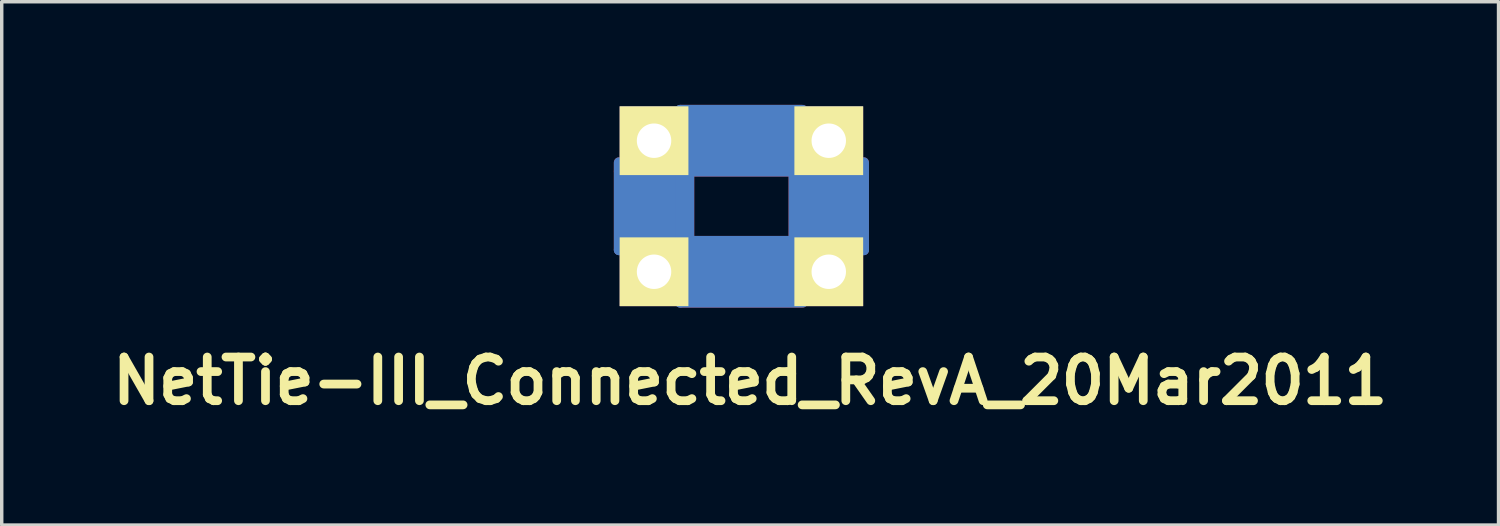
<source format=kicad_pcb>
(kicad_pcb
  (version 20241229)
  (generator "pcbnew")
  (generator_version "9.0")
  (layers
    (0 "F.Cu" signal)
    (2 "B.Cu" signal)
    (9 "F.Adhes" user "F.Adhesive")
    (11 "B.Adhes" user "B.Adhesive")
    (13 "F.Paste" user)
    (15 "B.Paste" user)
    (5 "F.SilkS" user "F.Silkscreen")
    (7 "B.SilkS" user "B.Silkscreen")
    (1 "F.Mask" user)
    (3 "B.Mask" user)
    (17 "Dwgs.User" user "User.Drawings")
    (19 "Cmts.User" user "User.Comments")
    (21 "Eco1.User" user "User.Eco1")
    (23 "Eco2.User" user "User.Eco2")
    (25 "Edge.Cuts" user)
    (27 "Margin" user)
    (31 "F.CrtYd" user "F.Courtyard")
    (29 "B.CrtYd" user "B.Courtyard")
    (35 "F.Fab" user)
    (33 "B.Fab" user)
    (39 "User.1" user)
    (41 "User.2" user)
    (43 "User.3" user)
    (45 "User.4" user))
  (footprint "NetTie-III_Connected_RevA_20Mar2011"
    (layer "F.Cu")
    (at 18.506 2.946)
    (property "Reference" "NetTie-III_Connected_RevA_20Mar2011" (at 0.254 5.08 0) (layer "F.SilkS") (effects (font (size 1.27 1.27) (thickness 0.254))))
    (attr through_hole)
    (fp_line (start -3.556 -1.016) (end -3.556 -1.27) (stroke (width 0.305) (type solid)) (layer "F.Cu"))
    (fp_line (start -3.556 -1.016) (end -3.556 1.27) (stroke (width 0.305) (type solid)) (layer "F.Cu"))
    (fp_line (start -3.302 -1.27) (end -3.302 1.27) (stroke (width 0.305) (type solid)) (layer "F.Cu"))
    (fp_line (start -3.048 -1.27) (end -3.048 1.27) (stroke (width 0.305) (type solid)) (layer "F.Cu"))
    (fp_line (start -2.794 -1.27) (end -2.794 1.27) (stroke (width 0.305) (type solid)) (layer "F.Cu"))
    (fp_line (start -2.54 -1.016) (end -2.54 1.016) (stroke (width 0.305) (type solid)) (layer "F.Cu"))
    (fp_line (start -2.286 -1.27) (end -2.286 1.27) (stroke (width 0.305) (type solid)) (layer "F.Cu"))
    (fp_line (start -2.032 1.27) (end -2.032 -1.27) (stroke (width 0.305) (type solid)) (layer "F.Cu"))
    (fp_line (start -1.778 -2.794) (end 1.778 -2.794) (stroke (width 0.305) (type solid)) (layer "F.Cu"))
    (fp_line (start -1.778 -2.54) (end 1.778 -2.54) (stroke (width 0.305) (type solid)) (layer "F.Cu"))
    (fp_line (start -1.778 -2.286) (end 1.778 -2.286) (stroke (width 0.305) (type solid)) (layer "F.Cu"))
    (fp_line (start -1.778 -2.032) (end 1.778 -2.032) (stroke (width 0.305) (type solid)) (layer "F.Cu"))
    (fp_line (start -1.778 -1.778) (end 1.778 -1.778) (stroke (width 0.305) (type solid)) (layer "F.Cu"))
    (fp_line (start -1.778 -1.524) (end 1.778 -1.524) (stroke (width 0.305) (type solid)) (layer "F.Cu"))
    (fp_line (start -1.778 -1.27) (end -1.778 1.27) (stroke (width 0.305) (type solid)) (layer "F.Cu"))
    (fp_line (start -1.778 -1.27) (end 1.778 -1.27) (stroke (width 0.305) (type solid)) (layer "F.Cu"))
    (fp_line (start -1.778 -1.016) (end 1.778 -1.016) (stroke (width 0.305) (type solid)) (layer "F.Cu"))
    (fp_line (start -1.778 1.016) (end -1.524 1.016) (stroke (width 0.305) (type solid)) (layer "F.Cu"))
    (fp_line (start -1.778 1.27) (end 1.778 1.27) (stroke (width 0.305) (type solid)) (layer "F.Cu"))
    (fp_line (start -1.778 1.524) (end 1.778 1.524) (stroke (width 0.305) (type solid)) (layer "F.Cu"))
    (fp_line (start -1.778 1.778) (end 1.778 1.778) (stroke (width 0.305) (type solid)) (layer "F.Cu"))
    (fp_line (start -1.778 2.032) (end 1.778 2.032) (stroke (width 0.305) (type solid)) (layer "F.Cu"))
    (fp_line (start -1.778 2.286) (end 1.778 2.286) (stroke (width 0.305) (type solid)) (layer "F.Cu"))
    (fp_line (start -1.778 2.794) (end 1.778 2.794) (stroke (width 0.305) (type solid)) (layer "F.Cu"))
    (fp_line (start -1.524 1.016) (end 1.778 1.016) (stroke (width 0.305) (type solid)) (layer "F.Cu"))
    (fp_line (start -1.524 1.27) (end -1.524 -1.27) (stroke (width 0.305) (type solid)) (layer "F.Cu"))
    (fp_line (start 1.524 1.27) (end 1.524 -1.27) (stroke (width 0.305) (type solid)) (layer "F.Cu"))
    (fp_line (start 1.778 -1.27) (end 1.778 1.27) (stroke (width 0.305) (type solid)) (layer "F.Cu"))
    (fp_line (start 1.778 2.54) (end -1.778 2.54) (stroke (width 0.305) (type solid)) (layer "F.Cu"))
    (fp_line (start 2.032 1.27) (end 2.032 -1.27) (stroke (width 0.305) (type solid)) (layer "F.Cu"))
    (fp_line (start 2.286 -1.27) (end 2.286 1.27) (stroke (width 0.305) (type solid)) (layer "F.Cu"))
    (fp_line (start 2.54 -1.016) (end 2.54 1.016) (stroke (width 0.305) (type solid)) (layer "F.Cu"))
    (fp_line (start 2.794 -1.27) (end 2.794 1.27) (stroke (width 0.305) (type solid)) (layer "F.Cu"))
    (fp_line (start 3.048 1.27) (end 3.048 -1.27) (stroke (width 0.305) (type solid)) (layer "F.Cu"))
    (fp_line (start 3.302 -1.27) (end 3.302 1.27) (stroke (width 0.305) (type solid)) (layer "F.Cu"))
    (fp_line (start 3.556 1.27) (end 3.556 -1.27) (stroke (width 0.305) (type solid)) (layer "F.Cu"))
    (fp_line (start -3.556 -1.27) (end -3.556 1.27) (stroke (width 0.305) (type solid)) (layer "B.Cu"))
    (fp_line (start -3.556 1.27) (end -3.302 1.27) (stroke (width 0.305) (type solid)) (layer "B.Cu"))
    (fp_line (start -3.302 -1.27) (end -3.048 -1.27) (stroke (width 0.305) (type solid)) (layer "B.Cu"))
    (fp_line (start -3.302 1.27) (end -3.302 -1.27) (stroke (width 0.305) (type solid)) (layer "B.Cu"))
    (fp_line (start -3.048 -1.27) (end -3.048 1.27) (stroke (width 0.305) (type solid)) (layer "B.Cu"))
    (fp_line (start -3.048 1.27) (end -2.794 1.27) (stroke (width 0.305) (type solid)) (layer "B.Cu"))
    (fp_line (start -2.794 1.27) (end -2.794 -1.27) (stroke (width 0.305) (type solid)) (layer "B.Cu"))
    (fp_line (start -2.54 -1.016) (end -2.54 1.016) (stroke (width 0.305) (type solid)) (layer "B.Cu"))
    (fp_line (start -2.286 -1.27) (end -2.032 -1.27) (stroke (width 0.305) (type solid)) (layer "B.Cu"))
    (fp_line (start -2.286 1.27) (end -2.286 -1.27) (stroke (width 0.305) (type solid)) (layer "B.Cu"))
    (fp_line (start -2.032 -1.27) (end -2.032 1.27) (stroke (width 0.305) (type solid)) (layer "B.Cu"))
    (fp_line (start -2.032 1.27) (end -1.778 1.27) (stroke (width 0.305) (type solid)) (layer "B.Cu"))
    (fp_line (start -1.778 -2.794) (end -1.778 -2.54) (stroke (width 0.305) (type solid)) (layer "B.Cu"))
    (fp_line (start -1.778 -2.54) (end 1.778 -2.54) (stroke (width 0.305) (type solid)) (layer "B.Cu"))
    (fp_line (start -1.778 -2.286) (end -1.778 -2.032) (stroke (width 0.305) (type solid)) (layer "B.Cu"))
    (fp_line (start -1.778 -2.032) (end 1.778 -2.032) (stroke (width 0.305) (type solid)) (layer "B.Cu"))
    (fp_line (start -1.778 -1.778) (end -1.778 -1.524) (stroke (width 0.305) (type solid)) (layer "B.Cu"))
    (fp_line (start -1.778 -1.524) (end 1.524 -1.524) (stroke (width 0.305) (type solid)) (layer "B.Cu"))
    (fp_line (start -1.778 -1.27) (end -1.778 -1.016) (stroke (width 0.305) (type solid)) (layer "B.Cu"))
    (fp_line (start -1.778 -1.27) (end -1.524 -1.27) (stroke (width 0.305) (type solid)) (layer "B.Cu"))
    (fp_line (start -1.778 -1.016) (end 1.778 -1.016) (stroke (width 0.305) (type solid)) (layer "B.Cu"))
    (fp_line (start -1.778 1.016) (end 1.778 1.016) (stroke (width 0.305) (type solid)) (layer "B.Cu"))
    (fp_line (start -1.778 1.27) (end -1.778 -1.27) (stroke (width 0.305) (type solid)) (layer "B.Cu"))
    (fp_line (start -1.778 1.27) (end -1.778 1.016) (stroke (width 0.305) (type solid)) (layer "B.Cu"))
    (fp_line (start -1.778 1.524) (end 1.778 1.524) (stroke (width 0.305) (type solid)) (layer "B.Cu"))
    (fp_line (start -1.778 1.778) (end -1.778 1.524) (stroke (width 0.305) (type solid)) (layer "B.Cu"))
    (fp_line (start -1.778 2.032) (end 1.778 2.032) (stroke (width 0.305) (type solid)) (layer "B.Cu"))
    (fp_line (start -1.778 2.286) (end -1.778 2.032) (stroke (width 0.305) (type solid)) (layer "B.Cu"))
    (fp_line (start -1.778 2.54) (end 1.778 2.54) (stroke (width 0.305) (type solid)) (layer "B.Cu"))
    (fp_line (start -1.778 2.794) (end -1.778 2.54) (stroke (width 0.305) (type solid)) (layer "B.Cu"))
    (fp_line (start -1.524 -1.27) (end -1.524 1.27) (stroke (width 0.305) (type solid)) (layer "B.Cu"))
    (fp_line (start 1.524 -1.524) (end 1.778 -1.524) (stroke (width 0.305) (type solid)) (layer "B.Cu"))
    (fp_line (start 1.524 -1.27) (end 1.524 1.27) (stroke (width 0.305) (type solid)) (layer "B.Cu"))
    (fp_line (start 1.524 1.27) (end 1.778 1.27) (stroke (width 0.305) (type solid)) (layer "B.Cu"))
    (fp_line (start 1.778 -2.794) (end -1.778 -2.794) (stroke (width 0.305) (type solid)) (layer "B.Cu"))
    (fp_line (start 1.778 -2.54) (end 1.778 -2.286) (stroke (width 0.305) (type solid)) (layer "B.Cu"))
    (fp_line (start 1.778 -2.286) (end -1.778 -2.286) (stroke (width 0.305) (type solid)) (layer "B.Cu"))
    (fp_line (start 1.778 -2.032) (end 1.778 -1.778) (stroke (width 0.305) (type solid)) (layer "B.Cu"))
    (fp_line (start 1.778 -1.778) (end -1.778 -1.778) (stroke (width 0.305) (type solid)) (layer "B.Cu"))
    (fp_line (start 1.778 -1.524) (end 1.778 -1.27) (stroke (width 0.305) (type solid)) (layer "B.Cu"))
    (fp_line (start 1.778 -1.27) (end -1.778 -1.27) (stroke (width 0.305) (type solid)) (layer "B.Cu"))
    (fp_line (start 1.778 -1.27) (end 2.032 -1.27) (stroke (width 0.305) (type solid)) (layer "B.Cu"))
    (fp_line (start 1.778 0.762) (end 1.778 1.016) (stroke (width 0.305) (type solid)) (layer "B.Cu"))
    (fp_line (start 1.778 1.016) (end 1.778 0.762) (stroke (width 0.305) (type solid)) (layer "B.Cu"))
    (fp_line (start 1.778 1.27) (end -1.778 1.27) (stroke (width 0.305) (type solid)) (layer "B.Cu"))
    (fp_line (start 1.778 1.27) (end 1.778 -1.27) (stroke (width 0.305) (type solid)) (layer "B.Cu"))
    (fp_line (start 1.778 1.524) (end 1.778 1.27) (stroke (width 0.305) (type solid)) (layer "B.Cu"))
    (fp_line (start 1.778 1.778) (end -1.778 1.778) (stroke (width 0.305) (type solid)) (layer "B.Cu"))
    (fp_line (start 1.778 2.032) (end 1.778 1.778) (stroke (width 0.305) (type solid)) (layer "B.Cu"))
    (fp_line (start 1.778 2.286) (end -1.778 2.286) (stroke (width 0.305) (type solid)) (layer "B.Cu"))
    (fp_line (start 1.778 2.54) (end 1.778 2.286) (stroke (width 0.305) (type solid)) (layer "B.Cu"))
    (fp_line (start 1.778 2.794) (end -1.778 2.794) (stroke (width 0.305) (type solid)) (layer "B.Cu"))
    (fp_line (start 2.032 -1.27) (end 2.032 1.27) (stroke (width 0.305) (type solid)) (layer "B.Cu"))
    (fp_line (start 2.032 1.27) (end 2.286 1.27) (stroke (width 0.305) (type solid)) (layer "B.Cu"))
    (fp_line (start 2.286 1.27) (end 2.286 -1.27) (stroke (width 0.305) (type solid)) (layer "B.Cu"))
    (fp_line (start 2.54 -1.016) (end 2.54 1.016) (stroke (width 0.305) (type solid)) (layer "B.Cu"))
    (fp_line (start 2.794 1.27) (end 2.794 -1.27) (stroke (width 0.305) (type solid)) (layer "B.Cu"))
    (fp_line (start 3.048 -1.27) (end 3.048 1.27) (stroke (width 0.305) (type solid)) (layer "B.Cu"))
    (fp_line (start 3.048 1.27) (end 2.794 1.27) (stroke (width 0.305) (type solid)) (layer "B.Cu"))
    (fp_line (start 3.302 -1.27) (end 3.048 -1.27) (stroke (width 0.305) (type solid)) (layer "B.Cu"))
    (fp_line (start 3.302 1.27) (end 3.302 -1.27) (stroke (width 0.305) (type solid)) (layer "B.Cu"))
    (fp_line (start 3.556 -1.27) (end 3.556 1.27) (stroke (width 0.305) (type solid)) (layer "B.Cu"))
    (fp_line (start 3.556 1.27) (end 3.302 1.27) (stroke (width 0.305) (type solid)) (layer "B.Cu"))
    (pad "1" thru_hole rect (at -2.54 -1.905) (size 1.999 1.999) (drill 1.001) (layers "*.Cu" "*.Mask" "F.SilkS"))
    (pad "2" thru_hole rect (at -2.54 1.905) (size 1.999 1.999) (drill 1.001) (layers "*.Cu" "*.Mask" "F.SilkS"))
    (pad "3" thru_hole rect (at 2.54 -1.905) (size 1.999 1.999) (drill 1.001) (layers "*.Cu" "*.Mask" "F.SilkS"))
    (pad "4" thru_hole rect (at 2.54 1.905) (size 1.999 1.999) (drill 1.001) (layers "*.Cu" "*.Mask" "F.SilkS")))
  (gr_rect
    (start -3 -3)
    (end 40.519 12.215)
    (stroke (width 0.1) (type default))
    (fill no)
    (layer "Edge.Cuts")))
</source>
